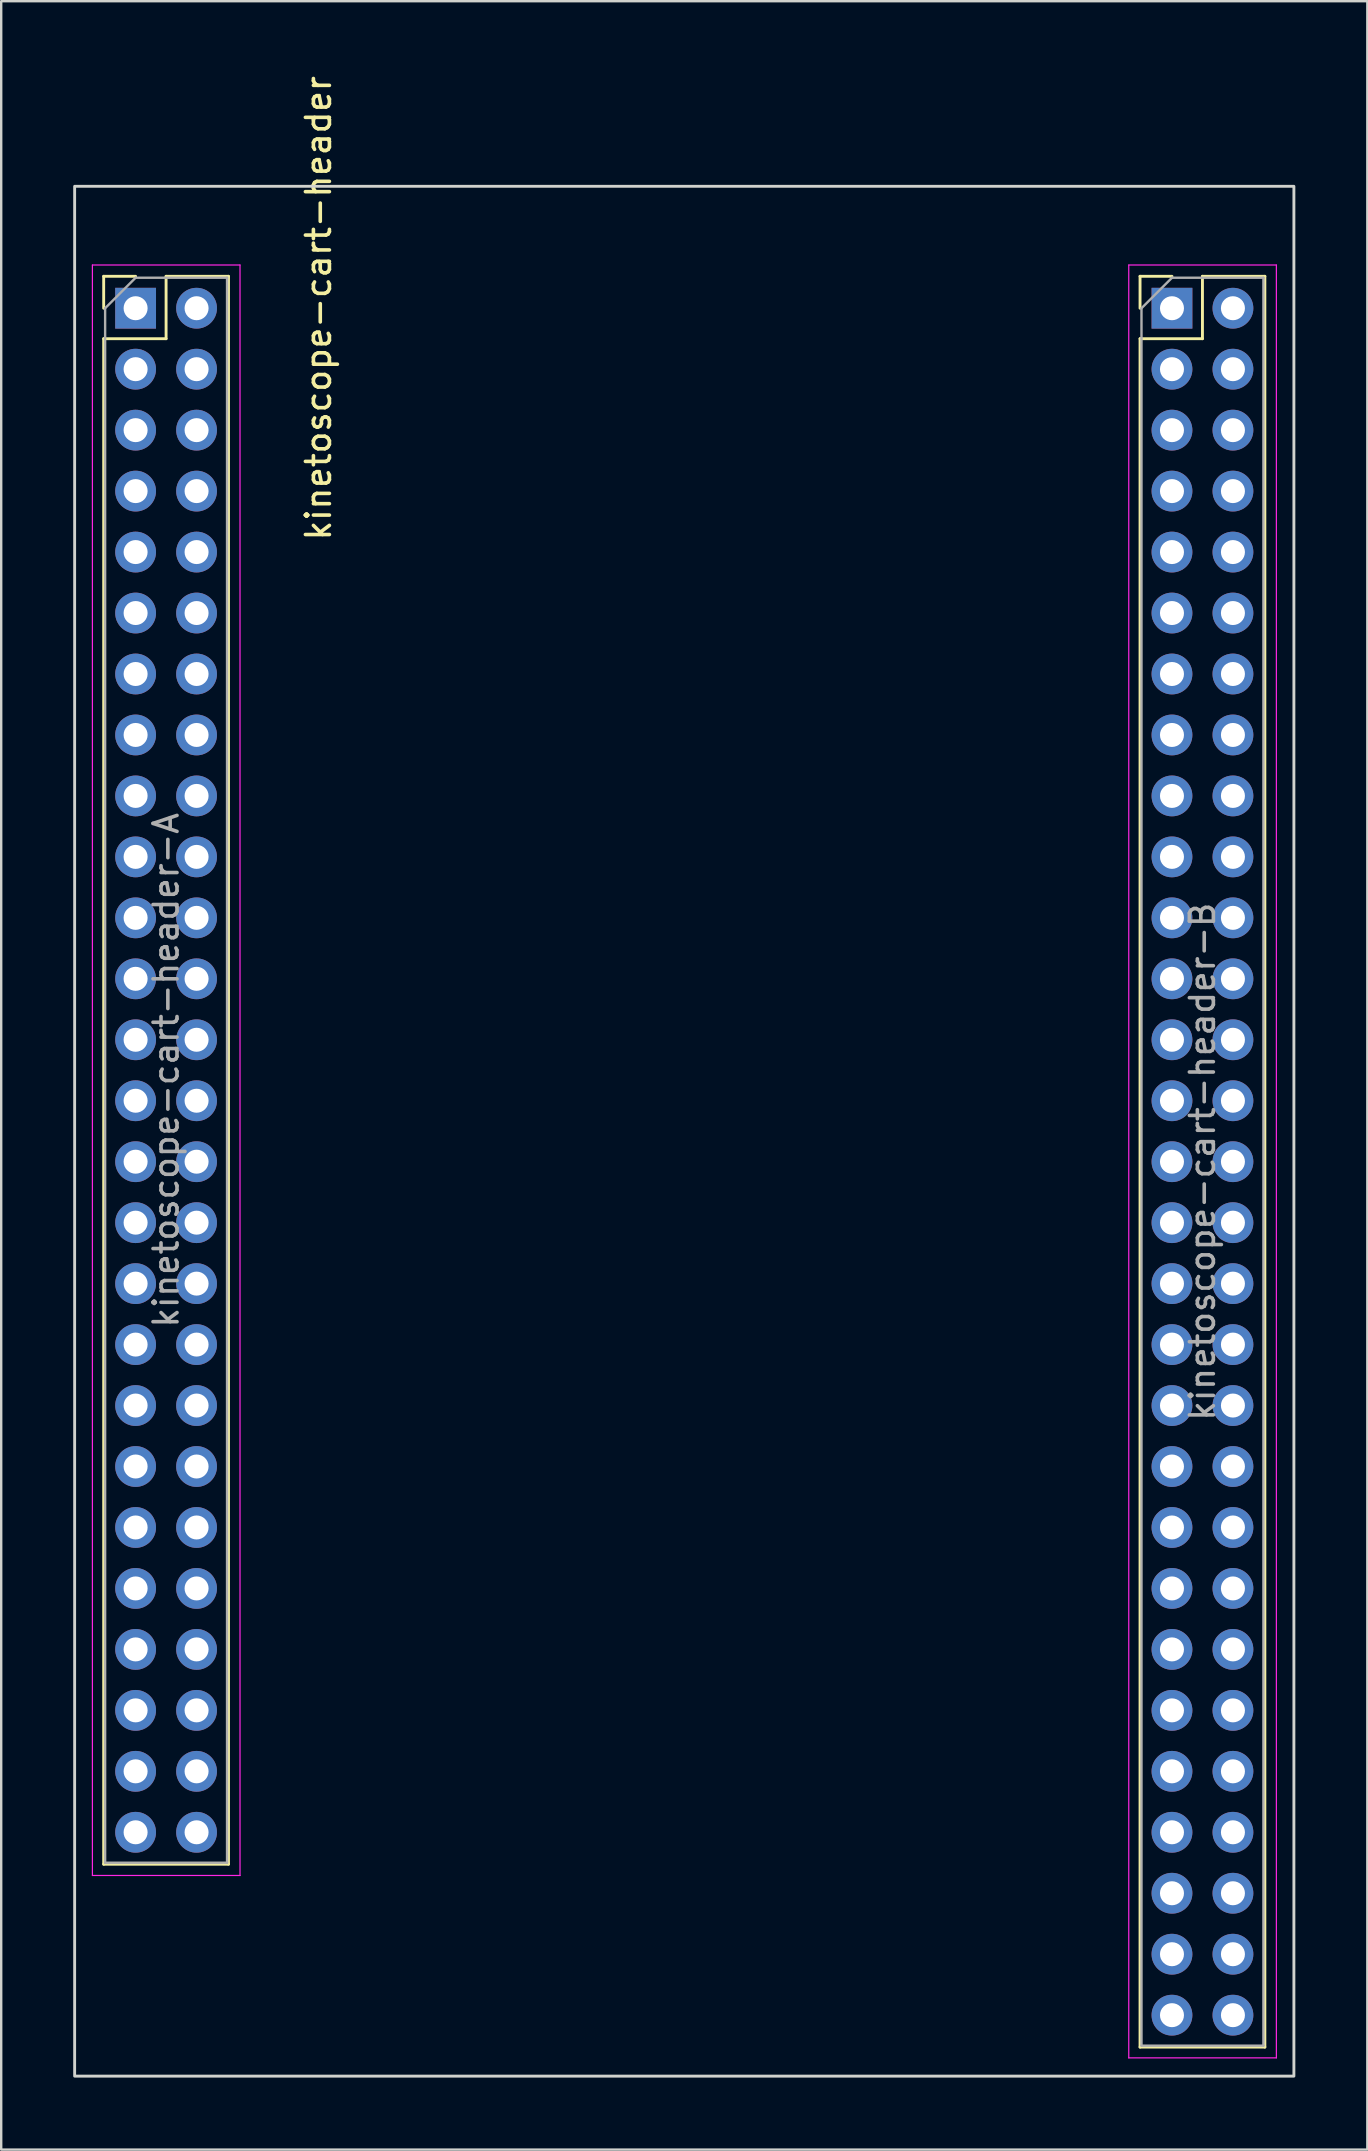
<source format=kicad_pcb>
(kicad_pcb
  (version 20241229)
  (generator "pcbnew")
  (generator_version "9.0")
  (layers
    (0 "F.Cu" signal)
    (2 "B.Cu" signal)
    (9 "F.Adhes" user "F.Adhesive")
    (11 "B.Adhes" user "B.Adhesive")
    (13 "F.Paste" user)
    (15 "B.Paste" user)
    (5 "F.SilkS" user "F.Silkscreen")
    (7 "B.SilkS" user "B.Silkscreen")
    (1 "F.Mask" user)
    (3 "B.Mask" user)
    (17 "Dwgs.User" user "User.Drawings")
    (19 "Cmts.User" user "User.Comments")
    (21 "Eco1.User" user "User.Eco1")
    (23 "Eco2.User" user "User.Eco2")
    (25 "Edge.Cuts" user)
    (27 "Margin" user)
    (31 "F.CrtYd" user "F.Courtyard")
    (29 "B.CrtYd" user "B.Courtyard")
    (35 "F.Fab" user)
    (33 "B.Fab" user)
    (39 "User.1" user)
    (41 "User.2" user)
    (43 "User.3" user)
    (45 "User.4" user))
  (footprint "kinetoscope-cart-header"
    (layer "F.Cu")
    (at 2.6 9.792)
    (property "Reference" "kinetoscope-cart-header" (at 7.62 0 90) (unlocked yes) (layer "F.SilkS") (effects (font (size 1 1) (thickness 0.15))))
    (attr through_hole)
    (fp_line (start -1.33 -1.33) (end 0 -1.33) (stroke (width 0.12) (type solid)) (layer "F.SilkS"))
    (fp_line (start -1.33 0) (end -1.33 -1.33) (stroke (width 0.12) (type solid)) (layer "F.SilkS"))
    (fp_line (start -1.33 1.27) (end -1.33 64.83) (stroke (width 0.12) (type solid)) (layer "F.SilkS"))
    (fp_line (start -1.33 1.27) (end 1.27 1.27) (stroke (width 0.12) (type solid)) (layer "F.SilkS"))
    (fp_line (start -1.33 64.83) (end 3.87 64.83) (stroke (width 0.12) (type solid)) (layer "F.SilkS"))
    (fp_line (start 1.27 -1.33) (end 3.87 -1.33) (stroke (width 0.12) (type solid)) (layer "F.SilkS"))
    (fp_line (start 1.27 1.27) (end 1.27 -1.33) (stroke (width 0.12) (type solid)) (layer "F.SilkS"))
    (fp_line (start 3.87 -1.33) (end 3.87 64.83) (stroke (width 0.12) (type solid)) (layer "F.SilkS"))
    (fp_line (start 41.85 -1.33) (end 43.18 -1.33) (stroke (width 0.12) (type solid)) (layer "F.SilkS"))
    (fp_line (start 41.85 0) (end 41.85 -1.33) (stroke (width 0.12) (type solid)) (layer "F.SilkS"))
    (fp_line (start 41.85 1.27) (end 41.85 72.45) (stroke (width 0.12) (type solid)) (layer "F.SilkS"))
    (fp_line (start 41.85 1.27) (end 44.45 1.27) (stroke (width 0.12) (type solid)) (layer "F.SilkS"))
    (fp_line (start 41.85 72.45) (end 47.05 72.45) (stroke (width 0.12) (type solid)) (layer "F.SilkS"))
    (fp_line (start 44.45 -1.33) (end 47.05 -1.33) (stroke (width 0.12) (type solid)) (layer "F.SilkS"))
    (fp_line (start 44.45 1.27) (end 44.45 -1.33) (stroke (width 0.12) (type solid)) (layer "F.SilkS"))
    (fp_line (start 47.05 -1.33) (end 47.05 72.45) (stroke (width 0.12) (type solid)) (layer "F.SilkS"))
    (fp_rect (start -2.54 -5.08) (end 48.26 73.66) (stroke (width 0.12) (type default)) (fill no) (layer "Edge.Cuts"))
    (fp_line (start -1.8 -1.8) (end -1.8 65.3) (stroke (width 0.05) (type solid)) (layer "F.CrtYd"))
    (fp_line (start -1.8 65.3) (end 4.35 65.3) (stroke (width 0.05) (type solid)) (layer "F.CrtYd"))
    (fp_line (start 4.35 -1.8) (end -1.8 -1.8) (stroke (width 0.05) (type solid)) (layer "F.CrtYd"))
    (fp_line (start 4.35 65.3) (end 4.35 -1.8) (stroke (width 0.05) (type solid)) (layer "F.CrtYd"))
    (fp_line (start 41.38 -1.8) (end 41.38 72.9) (stroke (width 0.05) (type solid)) (layer "F.CrtYd"))
    (fp_line (start 41.38 72.9) (end 47.53 72.9) (stroke (width 0.05) (type solid)) (layer "F.CrtYd"))
    (fp_line (start 47.53 -1.8) (end 41.38 -1.8) (stroke (width 0.05) (type solid)) (layer "F.CrtYd"))
    (fp_line (start 47.53 72.9) (end 47.53 -1.8) (stroke (width 0.05) (type solid)) (layer "F.CrtYd"))
    (fp_line (start -1.27 0) (end 0 -1.27) (stroke (width 0.1) (type solid)) (layer "F.Fab"))
    (fp_line (start -1.27 64.77) (end -1.27 0) (stroke (width 0.1) (type solid)) (layer "F.Fab"))
    (fp_line (start 0 -1.27) (end 3.81 -1.27) (stroke (width 0.1) (type solid)) (layer "F.Fab"))
    (fp_line (start 3.81 -1.27) (end 3.81 64.77) (stroke (width 0.1) (type solid)) (layer "F.Fab"))
    (fp_line (start 3.81 64.77) (end -1.27 64.77) (stroke (width 0.1) (type solid)) (layer "F.Fab"))
    (fp_line (start 41.91 0) (end 43.18 -1.27) (stroke (width 0.1) (type solid)) (layer "F.Fab"))
    (fp_line (start 41.91 72.39) (end 41.91 0) (stroke (width 0.1) (type solid)) (layer "F.Fab"))
    (fp_line (start 43.18 -1.27) (end 46.99 -1.27) (stroke (width 0.1) (type solid)) (layer "F.Fab"))
    (fp_line (start 46.99 -1.27) (end 46.99 72.39) (stroke (width 0.1) (type solid)) (layer "F.Fab"))
    (fp_line (start 46.99 72.39) (end 41.91 72.39) (stroke (width 0.1) (type solid)) (layer "F.Fab"))
    (fp_text user "${REFERENCE}-B" (at 44.45 35.56 90) (layer "F.Fab") (effects (font (size 1 1) (thickness 0.15))))
    (fp_text user "${REFERENCE}-A" (at 1.27 31.75 90) (layer "F.Fab") (effects (font (size 1 1) (thickness 0.15))))
    (pad "1" thru_hole rect (at 0 0) (size 1.7 1.7) (drill 1) (layers "*.Cu" "*.Mask"))
    (pad "2" thru_hole oval (at 2.54 0) (size 1.7 1.7) (drill 1) (layers "*.Cu" "*.Mask"))
    (pad "3" thru_hole oval (at 0 2.54) (size 1.7 1.7) (drill 1) (layers "*.Cu" "*.Mask"))
    (pad "4" thru_hole oval (at 2.54 2.54) (size 1.7 1.7) (drill 1) (layers "*.Cu" "*.Mask"))
    (pad "5" thru_hole oval (at 0 5.08) (size 1.7 1.7) (drill 1) (layers "*.Cu" "*.Mask"))
    (pad "6" thru_hole oval (at 2.54 5.08) (size 1.7 1.7) (drill 1) (layers "*.Cu" "*.Mask"))
    (pad "7" thru_hole oval (at 0 7.62) (size 1.7 1.7) (drill 1) (layers "*.Cu" "*.Mask"))
    (pad "8" thru_hole oval (at 2.54 7.62) (size 1.7 1.7) (drill 1) (layers "*.Cu" "*.Mask"))
    (pad "9" thru_hole oval (at 0 10.16) (size 1.7 1.7) (drill 1) (layers "*.Cu" "*.Mask"))
    (pad "10" thru_hole oval (at 2.54 10.16) (size 1.7 1.7) (drill 1) (layers "*.Cu" "*.Mask"))
    (pad "11" thru_hole oval (at 0 12.7) (size 1.7 1.7) (drill 1) (layers "*.Cu" "*.Mask"))
    (pad "12" thru_hole oval (at 2.54 12.7) (size 1.7 1.7) (drill 1) (layers "*.Cu" "*.Mask"))
    (pad "13" thru_hole oval (at 0 15.24) (size 1.7 1.7) (drill 1) (layers "*.Cu" "*.Mask"))
    (pad "14" thru_hole oval (at 2.54 15.24) (size 1.7 1.7) (drill 1) (layers "*.Cu" "*.Mask"))
    (pad "15" thru_hole oval (at 0 17.78) (size 1.7 1.7) (drill 1) (layers "*.Cu" "*.Mask"))
    (pad "16" thru_hole oval (at 2.54 17.78) (size 1.7 1.7) (drill 1) (layers "*.Cu" "*.Mask"))
    (pad "17" thru_hole oval (at 0 20.32) (size 1.7 1.7) (drill 1) (layers "*.Cu" "*.Mask"))
    (pad "18" thru_hole oval (at 2.54 20.32) (size 1.7 1.7) (drill 1) (layers "*.Cu" "*.Mask"))
    (pad "19" thru_hole oval (at 0 22.86) (size 1.7 1.7) (drill 1) (layers "*.Cu" "*.Mask"))
    (pad "20" thru_hole oval (at 2.54 22.86) (size 1.7 1.7) (drill 1) (layers "*.Cu" "*.Mask"))
    (pad "21" thru_hole oval (at 0 25.4) (size 1.7 1.7) (drill 1) (layers "*.Cu" "*.Mask"))
    (pad "22" thru_hole oval (at 2.54 25.4) (size 1.7 1.7) (drill 1) (layers "*.Cu" "*.Mask"))
    (pad "23" thru_hole oval (at 0 27.94) (size 1.7 1.7) (drill 1) (layers "*.Cu" "*.Mask"))
    (pad "24" thru_hole oval (at 2.54 27.94) (size 1.7 1.7) (drill 1) (layers "*.Cu" "*.Mask"))
    (pad "25" thru_hole oval (at 0 30.48) (size 1.7 1.7) (drill 1) (layers "*.Cu" "*.Mask"))
    (pad "26" thru_hole oval (at 2.54 30.48) (size 1.7 1.7) (drill 1) (layers "*.Cu" "*.Mask"))
    (pad "27" thru_hole oval (at 0 33.02) (size 1.7 1.7) (drill 1) (layers "*.Cu" "*.Mask"))
    (pad "28" thru_hole oval (at 2.54 33.02) (size 1.7 1.7) (drill 1) (layers "*.Cu" "*.Mask"))
    (pad "29" thru_hole oval (at 0 35.56) (size 1.7 1.7) (drill 1) (layers "*.Cu" "*.Mask"))
    (pad "30" thru_hole oval (at 2.54 35.56) (size 1.7 1.7) (drill 1) (layers "*.Cu" "*.Mask"))
    (pad "31" thru_hole oval (at 0 38.1) (size 1.7 1.7) (drill 1) (layers "*.Cu" "*.Mask"))
    (pad "32" thru_hole oval (at 2.54 38.1) (size 1.7 1.7) (drill 1) (layers "*.Cu" "*.Mask"))
    (pad "33" thru_hole oval (at 0 40.64) (size 1.7 1.7) (drill 1) (layers "*.Cu" "*.Mask"))
    (pad "34" thru_hole oval (at 2.54 40.64) (size 1.7 1.7) (drill 1) (layers "*.Cu" "*.Mask"))
    (pad "35" thru_hole oval (at 0 43.18) (size 1.7 1.7) (drill 1) (layers "*.Cu" "*.Mask"))
    (pad "36" thru_hole oval (at 2.54 43.18) (size 1.7 1.7) (drill 1) (layers "*.Cu" "*.Mask"))
    (pad "37" thru_hole oval (at 0 45.72) (size 1.7 1.7) (drill 1) (layers "*.Cu" "*.Mask"))
    (pad "38" thru_hole oval (at 2.54 45.72) (size 1.7 1.7) (drill 1) (layers "*.Cu" "*.Mask"))
    (pad "39" thru_hole oval (at 0 48.26) (size 1.7 1.7) (drill 1) (layers "*.Cu" "*.Mask"))
    (pad "40" thru_hole oval (at 2.54 48.26) (size 1.7 1.7) (drill 1) (layers "*.Cu" "*.Mask"))
    (pad "41" thru_hole oval (at 0 50.8) (size 1.7 1.7) (drill 1) (layers "*.Cu" "*.Mask"))
    (pad "42" thru_hole oval (at 2.54 50.8) (size 1.7 1.7) (drill 1) (layers "*.Cu" "*.Mask"))
    (pad "43" thru_hole oval (at 0 53.34) (size 1.7 1.7) (drill 1) (layers "*.Cu" "*.Mask"))
    (pad "44" thru_hole oval (at 2.54 53.34) (size 1.7 1.7) (drill 1) (layers "*.Cu" "*.Mask"))
    (pad "45" thru_hole oval (at 0 55.88) (size 1.7 1.7) (drill 1) (layers "*.Cu" "*.Mask"))
    (pad "46" thru_hole oval (at 2.54 55.88) (size 1.7 1.7) (drill 1) (layers "*.Cu" "*.Mask"))
    (pad "47" thru_hole oval (at 0 58.42) (size 1.7 1.7) (drill 1) (layers "*.Cu" "*.Mask"))
    (pad "48" thru_hole oval (at 2.54 58.42) (size 1.7 1.7) (drill 1) (layers "*.Cu" "*.Mask"))
    (pad "49" thru_hole oval (at 0 60.96) (size 1.7 1.7) (drill 1) (layers "*.Cu" "*.Mask"))
    (pad "50" thru_hole oval (at 2.54 60.96) (size 1.7 1.7) (drill 1) (layers "*.Cu" "*.Mask"))
    (pad "51" thru_hole oval (at 0 63.5) (size 1.7 1.7) (drill 1) (layers "*.Cu" "*.Mask"))
    (pad "52" thru_hole oval (at 2.54 63.5) (size 1.7 1.7) (drill 1) (layers "*.Cu" "*.Mask"))
    (pad "53" thru_hole rect (at 43.18 0) (size 1.7 1.7) (drill 1) (layers "*.Cu" "*.Mask"))
    (pad "54" thru_hole oval (at 45.72 0) (size 1.7 1.7) (drill 1) (layers "*.Cu" "*.Mask"))
    (pad "55" thru_hole oval (at 43.18 2.54) (size 1.7 1.7) (drill 1) (layers "*.Cu" "*.Mask"))
    (pad "56" thru_hole oval (at 45.72 2.54) (size 1.7 1.7) (drill 1) (layers "*.Cu" "*.Mask"))
    (pad "57" thru_hole oval (at 43.18 5.08) (size 1.7 1.7) (drill 1) (layers "*.Cu" "*.Mask"))
    (pad "58" thru_hole oval (at 45.72 5.08) (size 1.7 1.7) (drill 1) (layers "*.Cu" "*.Mask"))
    (pad "59" thru_hole oval (at 43.18 7.62) (size 1.7 1.7) (drill 1) (layers "*.Cu" "*.Mask"))
    (pad "60" thru_hole oval (at 45.72 7.62) (size 1.7 1.7) (drill 1) (layers "*.Cu" "*.Mask"))
    (pad "61" thru_hole oval (at 43.18 10.16) (size 1.7 1.7) (drill 1) (layers "*.Cu" "*.Mask"))
    (pad "62" thru_hole oval (at 45.72 10.16) (size 1.7 1.7) (drill 1) (layers "*.Cu" "*.Mask"))
    (pad "63" thru_hole oval (at 43.18 12.7) (size 1.7 1.7) (drill 1) (layers "*.Cu" "*.Mask"))
    (pad "64" thru_hole oval (at 45.72 12.7) (size 1.7 1.7) (drill 1) (layers "*.Cu" "*.Mask"))
    (pad "65" thru_hole oval (at 43.18 15.24) (size 1.7 1.7) (drill 1) (layers "*.Cu" "*.Mask"))
    (pad "66" thru_hole oval (at 45.72 15.24) (size 1.7 1.7) (drill 1) (layers "*.Cu" "*.Mask"))
    (pad "67" thru_hole oval (at 43.18 17.78) (size 1.7 1.7) (drill 1) (layers "*.Cu" "*.Mask"))
    (pad "68" thru_hole oval (at 45.72 17.78) (size 1.7 1.7) (drill 1) (layers "*.Cu" "*.Mask"))
    (pad "69" thru_hole oval (at 43.18 20.32) (size 1.7 1.7) (drill 1) (layers "*.Cu" "*.Mask"))
    (pad "70" thru_hole oval (at 45.72 20.32) (size 1.7 1.7) (drill 1) (layers "*.Cu" "*.Mask"))
    (pad "71" thru_hole oval (at 43.18 22.86) (size 1.7 1.7) (drill 1) (layers "*.Cu" "*.Mask"))
    (pad "72" thru_hole oval (at 45.72 22.86) (size 1.7 1.7) (drill 1) (layers "*.Cu" "*.Mask"))
    (pad "73" thru_hole oval (at 43.18 25.4) (size 1.7 1.7) (drill 1) (layers "*.Cu" "*.Mask"))
    (pad "74" thru_hole oval (at 45.72 25.4) (size 1.7 1.7) (drill 1) (layers "*.Cu" "*.Mask"))
    (pad "75" thru_hole oval (at 43.18 27.94) (size 1.7 1.7) (drill 1) (layers "*.Cu" "*.Mask"))
    (pad "76" thru_hole oval (at 45.72 27.94) (size 1.7 1.7) (drill 1) (layers "*.Cu" "*.Mask"))
    (pad "77" thru_hole oval (at 43.18 30.48) (size 1.7 1.7) (drill 1) (layers "*.Cu" "*.Mask"))
    (pad "78" thru_hole oval (at 45.72 30.48) (size 1.7 1.7) (drill 1) (layers "*.Cu" "*.Mask"))
    (pad "79" thru_hole oval (at 43.18 33.02) (size 1.7 1.7) (drill 1) (layers "*.Cu" "*.Mask"))
    (pad "80" thru_hole oval (at 45.72 33.02) (size 1.7 1.7) (drill 1) (layers "*.Cu" "*.Mask"))
    (pad "81" thru_hole oval (at 43.18 35.56) (size 1.7 1.7) (drill 1) (layers "*.Cu" "*.Mask"))
    (pad "82" thru_hole oval (at 45.72 35.56) (size 1.7 1.7) (drill 1) (layers "*.Cu" "*.Mask"))
    (pad "83" thru_hole oval (at 43.18 38.1) (size 1.7 1.7) (drill 1) (layers "*.Cu" "*.Mask"))
    (pad "84" thru_hole oval (at 45.72 38.1) (size 1.7 1.7) (drill 1) (layers "*.Cu" "*.Mask"))
    (pad "85" thru_hole oval (at 43.18 40.64) (size 1.7 1.7) (drill 1) (layers "*.Cu" "*.Mask"))
    (pad "86" thru_hole oval (at 45.72 40.64) (size 1.7 1.7) (drill 1) (layers "*.Cu" "*.Mask"))
    (pad "87" thru_hole oval (at 43.18 43.18) (size 1.7 1.7) (drill 1) (layers "*.Cu" "*.Mask"))
    (pad "88" thru_hole oval (at 45.72 43.18) (size 1.7 1.7) (drill 1) (layers "*.Cu" "*.Mask"))
    (pad "89" thru_hole oval (at 43.18 45.72) (size 1.7 1.7) (drill 1) (layers "*.Cu" "*.Mask"))
    (pad "90" thru_hole oval (at 45.72 45.72) (size 1.7 1.7) (drill 1) (layers "*.Cu" "*.Mask"))
    (pad "91" thru_hole oval (at 43.18 48.26) (size 1.7 1.7) (drill 1) (layers "*.Cu" "*.Mask"))
    (pad "92" thru_hole oval (at 45.72 48.26) (size 1.7 1.7) (drill 1) (layers "*.Cu" "*.Mask"))
    (pad "93" thru_hole oval (at 43.18 50.8) (size 1.7 1.7) (drill 1) (layers "*.Cu" "*.Mask"))
    (pad "94" thru_hole oval (at 45.72 50.8) (size 1.7 1.7) (drill 1) (layers "*.Cu" "*.Mask"))
    (pad "95" thru_hole oval (at 43.18 53.34) (size 1.7 1.7) (drill 1) (layers "*.Cu" "*.Mask"))
    (pad "96" thru_hole oval (at 45.72 53.34) (size 1.7 1.7) (drill 1) (layers "*.Cu" "*.Mask"))
    (pad "97" thru_hole oval (at 43.18 55.88) (size 1.7 1.7) (drill 1) (layers "*.Cu" "*.Mask"))
    (pad "98" thru_hole oval (at 45.72 55.88) (size 1.7 1.7) (drill 1) (layers "*.Cu" "*.Mask"))
    (pad "99" thru_hole oval (at 43.18 58.42) (size 1.7 1.7) (drill 1) (layers "*.Cu" "*.Mask"))
    (pad "100" thru_hole oval (at 45.72 58.42) (size 1.7 1.7) (drill 1) (layers "*.Cu" "*.Mask"))
    (pad "101" thru_hole oval (at 43.18 60.96) (size 1.7 1.7) (drill 1) (layers "*.Cu" "*.Mask"))
    (pad "102" thru_hole oval (at 45.72 60.96) (size 1.7 1.7) (drill 1) (layers "*.Cu" "*.Mask"))
    (pad "103" thru_hole oval (at 43.18 63.5) (size 1.7 1.7) (drill 1) (layers "*.Cu" "*.Mask"))
    (pad "104" thru_hole oval (at 45.72 63.5) (size 1.7 1.7) (drill 1) (layers "*.Cu" "*.Mask"))
    (pad "105" thru_hole oval (at 43.18 66.04) (size 1.7 1.7) (drill 1) (layers "*.Cu" "*.Mask"))
    (pad "106" thru_hole oval (at 45.72 66.04) (size 1.7 1.7) (drill 1) (layers "*.Cu" "*.Mask"))
    (pad "107" thru_hole oval (at 43.18 68.58) (size 1.7 1.7) (drill 1) (layers "*.Cu" "*.Mask"))
    (pad "108" thru_hole oval (at 45.72 68.58) (size 1.7 1.7) (drill 1) (layers "*.Cu" "*.Mask"))
    (pad "109" thru_hole oval (at 43.18 71.12) (size 1.7 1.7) (drill 1) (layers "*.Cu" "*.Mask"))
    (pad "110" thru_hole oval (at 45.72 71.12) (size 1.7 1.7) (drill 1) (layers "*.Cu" "*.Mask")))
  (gr_rect
    (start -3 -3)
    (end 53.92 86.512)
    (stroke (width 0.1) (type default))
    (fill no)
    (layer "Edge.Cuts")))
</source>
